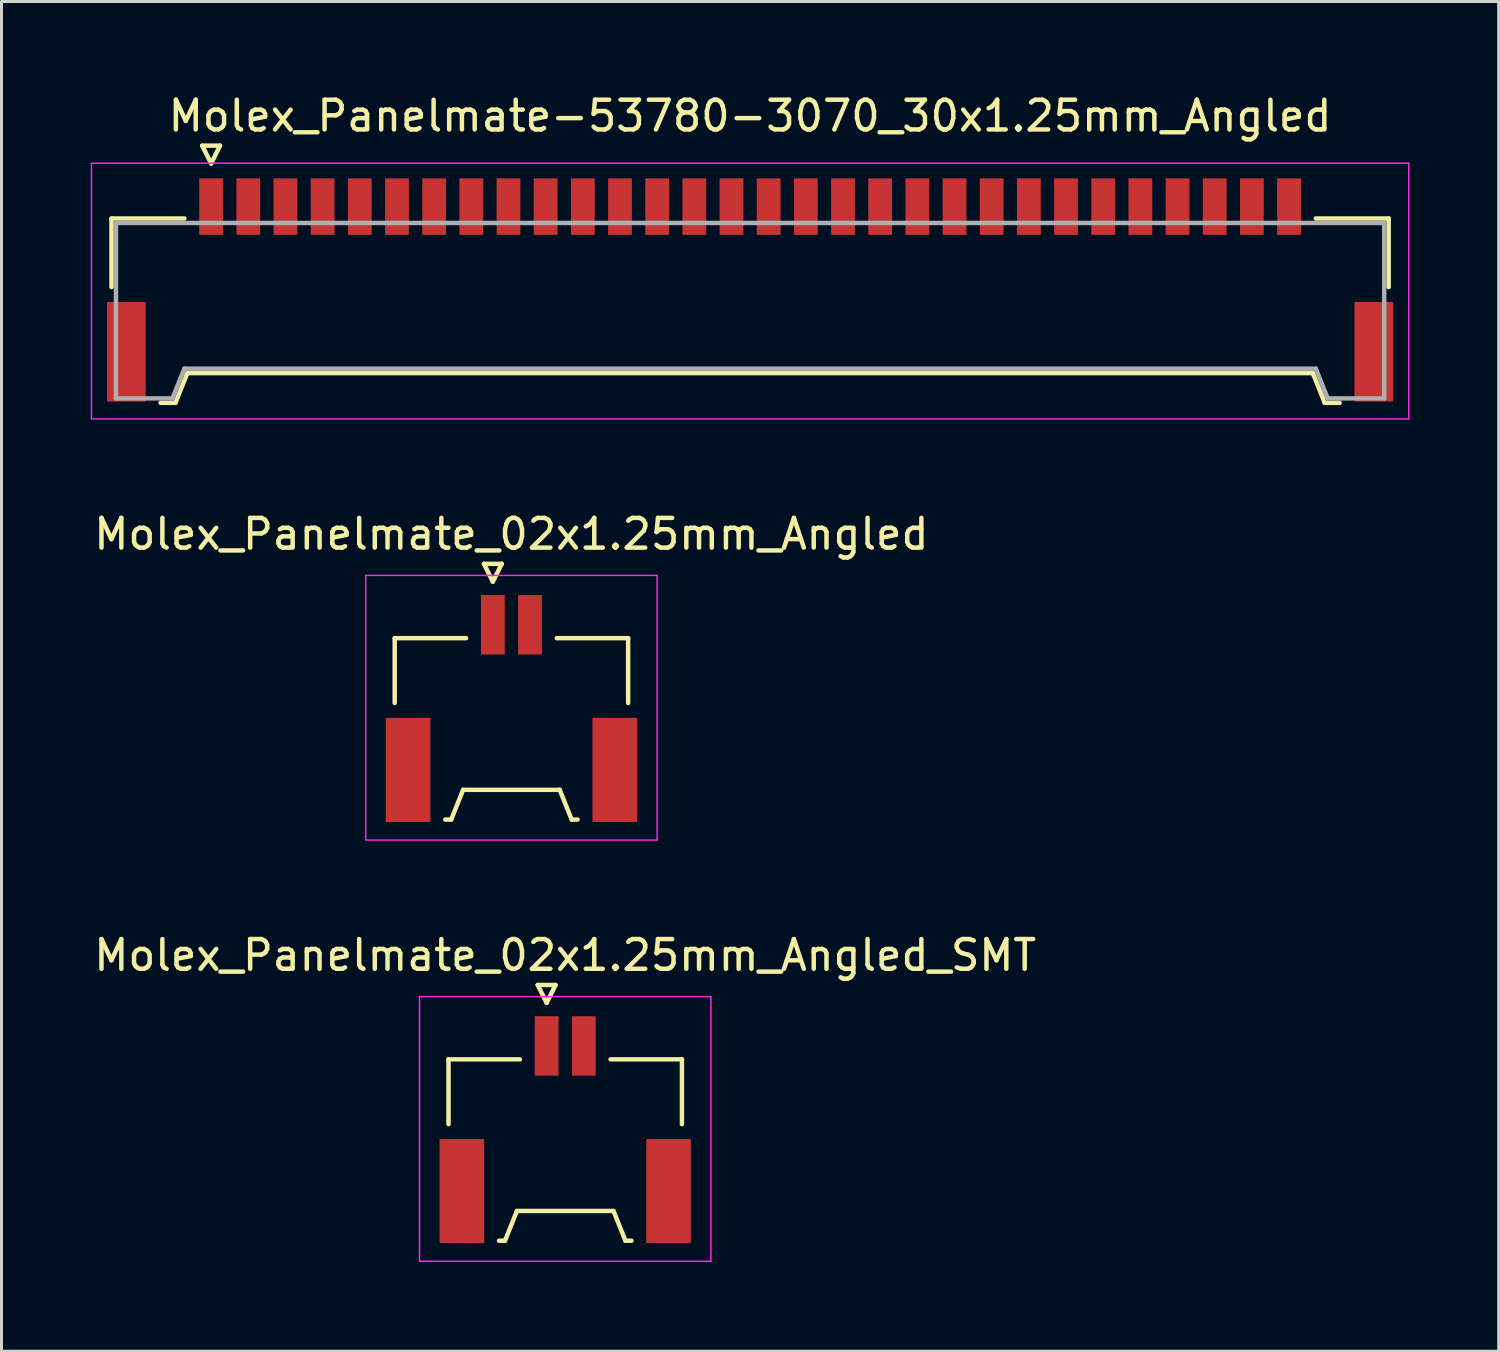
<source format=kicad_pcb>
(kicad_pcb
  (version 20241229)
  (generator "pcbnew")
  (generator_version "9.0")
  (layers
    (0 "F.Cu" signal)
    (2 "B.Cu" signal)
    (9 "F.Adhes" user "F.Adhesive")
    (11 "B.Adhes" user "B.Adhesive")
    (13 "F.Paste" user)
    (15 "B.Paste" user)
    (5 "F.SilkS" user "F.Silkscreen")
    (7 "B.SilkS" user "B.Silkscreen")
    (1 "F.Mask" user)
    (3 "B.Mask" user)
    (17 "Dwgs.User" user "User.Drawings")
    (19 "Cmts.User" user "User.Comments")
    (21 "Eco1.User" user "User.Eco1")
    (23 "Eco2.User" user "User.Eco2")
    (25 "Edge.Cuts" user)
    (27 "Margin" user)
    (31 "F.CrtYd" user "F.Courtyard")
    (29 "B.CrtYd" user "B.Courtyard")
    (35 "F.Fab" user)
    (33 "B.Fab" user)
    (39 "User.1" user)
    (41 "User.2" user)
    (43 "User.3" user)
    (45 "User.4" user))
  (footprint "Molex_Panelmate-53780-3070_30x1.25mm_Angled"
    (layer "F.Cu")
    (at 22.175 6.338)
    (property "Reference" "Molex_Panelmate-53780-3070_30x1.25mm_Angled" (at 0 -5.49 0) (layer "F.SilkS") (effects (font (size 1 1) (thickness 0.15))))
    (attr smd)
    (fp_line (start -21.475 -2.04) (end -21.475 0.265) (stroke (width 0.15) (type solid)) (layer "F.SilkS"))
    (fp_line (start -19.825 4.16) (end -19.325 4.16) (stroke (width 0.15) (type solid)) (layer "F.SilkS"))
    (fp_line (start -19.325 4.16) (end -18.925 3.16) (stroke (width 0.15) (type solid)) (layer "F.SilkS"))
    (fp_line (start -19.025 -2.04) (end -21.475 -2.04) (stroke (width 0.15) (type solid)) (layer "F.SilkS"))
    (fp_line (start -18.925 3.16) (end 18.925 3.16) (stroke (width 0.15) (type solid)) (layer "F.SilkS"))
    (fp_line (start -18.425 -4.49) (end -18.125 -3.89) (stroke (width 0.15) (type solid)) (layer "F.SilkS"))
    (fp_line (start -18.125 -3.89) (end -17.825 -4.49) (stroke (width 0.15) (type solid)) (layer "F.SilkS"))
    (fp_line (start -17.825 -4.49) (end -18.425 -4.49) (stroke (width 0.15) (type solid)) (layer "F.SilkS"))
    (fp_line (start 18.925 3.16) (end 19.325 4.16) (stroke (width 0.15) (type solid)) (layer "F.SilkS"))
    (fp_line (start 19.025 -2.04) (end 21.475 -2.04) (stroke (width 0.15) (type solid)) (layer "F.SilkS"))
    (fp_line (start 19.325 4.16) (end 19.825 4.16) (stroke (width 0.15) (type solid)) (layer "F.SilkS"))
    (fp_line (start 21.475 -2.04) (end 21.475 0.265) (stroke (width 0.15) (type solid)) (layer "F.SilkS"))
    (fp_line (start -22.15 -3.9) (end -22.15 4.7) (stroke (width 0.05) (type solid)) (layer "F.CrtYd"))
    (fp_line (start -22.15 4.7) (end 22.15 4.7) (stroke (width 0.05) (type solid)) (layer "F.CrtYd"))
    (fp_line (start 22.15 -3.9) (end -22.15 -3.9) (stroke (width 0.05) (type solid)) (layer "F.CrtYd"))
    (fp_line (start 22.15 4.7) (end 22.15 -3.9) (stroke (width 0.05) (type solid)) (layer "F.CrtYd"))
    (fp_line (start -21.325 -1.89) (end -21.325 4.01) (stroke (width 0.15) (type solid)) (layer "F.Fab"))
    (fp_line (start -21.325 4.01) (end -19.425 4.01) (stroke (width 0.15) (type solid)) (layer "F.Fab"))
    (fp_line (start -19.425 4.01) (end -19.025 3.01) (stroke (width 0.15) (type solid)) (layer "F.Fab"))
    (fp_line (start -19.025 3.01) (end 19.025 3.01) (stroke (width 0.15) (type solid)) (layer "F.Fab"))
    (fp_line (start 19.025 3.01) (end 19.425 4.01) (stroke (width 0.15) (type solid)) (layer "F.Fab"))
    (fp_line (start 19.425 4.01) (end 21.325 4.01) (stroke (width 0.15) (type solid)) (layer "F.Fab"))
    (fp_line (start 21.325 -1.89) (end -21.325 -1.89) (stroke (width 0.15) (type solid)) (layer "F.Fab"))
    (fp_line (start 21.325 4.01) (end 21.325 -1.89) (stroke (width 0.15) (type solid)) (layer "F.Fab"))
    (pad "" smd rect (at -20.975 2.44) (size 1.3 3.35) (layers "F.Cu" "F.Mask" "F.Paste"))
    (pad "" smd rect (at 20.975 2.44) (size 1.3 3.35) (layers "F.Cu" "F.Mask" "F.Paste"))
    (pad "1" smd rect (at -18.125 -2.44) (size 0.8 1.9) (layers "F.Cu" "F.Mask" "F.Paste"))
    (pad "2" smd rect (at -16.875 -2.44) (size 0.8 1.9) (layers "F.Cu" "F.Mask" "F.Paste"))
    (pad "3" smd rect (at -15.625 -2.44) (size 0.8 1.9) (layers "F.Cu" "F.Mask" "F.Paste"))
    (pad "4" smd rect (at -14.375 -2.44) (size 0.8 1.9) (layers "F.Cu" "F.Mask" "F.Paste"))
    (pad "5" smd rect (at -13.125 -2.44) (size 0.8 1.9) (layers "F.Cu" "F.Mask" "F.Paste"))
    (pad "6" smd rect (at -11.875 -2.44) (size 0.8 1.9) (layers "F.Cu" "F.Mask" "F.Paste"))
    (pad "7" smd rect (at -10.625 -2.44) (size 0.8 1.9) (layers "F.Cu" "F.Mask" "F.Paste"))
    (pad "8" smd rect (at -9.375 -2.44) (size 0.8 1.9) (layers "F.Cu" "F.Mask" "F.Paste"))
    (pad "9" smd rect (at -8.125 -2.44) (size 0.8 1.9) (layers "F.Cu" "F.Mask" "F.Paste"))
    (pad "10" smd rect (at -6.875 -2.44) (size 0.8 1.9) (layers "F.Cu" "F.Mask" "F.Paste"))
    (pad "11" smd rect (at -5.625 -2.44) (size 0.8 1.9) (layers "F.Cu" "F.Mask" "F.Paste"))
    (pad "12" smd rect (at -4.375 -2.44) (size 0.8 1.9) (layers "F.Cu" "F.Mask" "F.Paste"))
    (pad "13" smd rect (at -3.125 -2.44) (size 0.8 1.9) (layers "F.Cu" "F.Mask" "F.Paste"))
    (pad "14" smd rect (at -1.875 -2.44) (size 0.8 1.9) (layers "F.Cu" "F.Mask" "F.Paste"))
    (pad "15" smd rect (at -0.625 -2.44) (size 0.8 1.9) (layers "F.Cu" "F.Mask" "F.Paste"))
    (pad "16" smd rect (at 0.625 -2.44) (size 0.8 1.9) (layers "F.Cu" "F.Mask" "F.Paste"))
    (pad "17" smd rect (at 1.875 -2.44) (size 0.8 1.9) (layers "F.Cu" "F.Mask" "F.Paste"))
    (pad "18" smd rect (at 3.125 -2.44) (size 0.8 1.9) (layers "F.Cu" "F.Mask" "F.Paste"))
    (pad "19" smd rect (at 4.375 -2.44) (size 0.8 1.9) (layers "F.Cu" "F.Mask" "F.Paste"))
    (pad "20" smd rect (at 5.625 -2.44) (size 0.8 1.9) (layers "F.Cu" "F.Mask" "F.Paste"))
    (pad "21" smd rect (at 6.875 -2.44) (size 0.8 1.9) (layers "F.Cu" "F.Mask" "F.Paste"))
    (pad "22" smd rect (at 8.125 -2.44) (size 0.8 1.9) (layers "F.Cu" "F.Mask" "F.Paste"))
    (pad "23" smd rect (at 9.375 -2.44) (size 0.8 1.9) (layers "F.Cu" "F.Mask" "F.Paste"))
    (pad "24" smd rect (at 10.625 -2.44) (size 0.8 1.9) (layers "F.Cu" "F.Mask" "F.Paste"))
    (pad "25" smd rect (at 11.875 -2.44) (size 0.8 1.9) (layers "F.Cu" "F.Mask" "F.Paste"))
    (pad "26" smd rect (at 13.125 -2.44) (size 0.8 1.9) (layers "F.Cu" "F.Mask" "F.Paste"))
    (pad "27" smd rect (at 14.375 -2.44) (size 0.8 1.9) (layers "F.Cu" "F.Mask" "F.Paste"))
    (pad "28" smd rect (at 15.625 -2.44) (size 0.8 1.9) (layers "F.Cu" "F.Mask" "F.Paste"))
    (pad "29" smd rect (at 16.875 -2.44) (size 0.8 1.9) (layers "F.Cu" "F.Mask" "F.Paste"))
    (pad "30" smd rect (at 18.125 -2.44) (size 0.8 1.9) (layers "F.Cu" "F.Mask" "F.Paste")))
  (footprint "Molex_Panelmate_02x1.25mm_Angled_SMT"
    (layer "F.Cu")
    (at 15.958 34.565)
    (property "Reference" "Molex_Panelmate_02x1.25mm_Angled_SMT" (at 0 -5.49 0) (layer "F.SilkS") (effects (font (size 1 1) (thickness 0.15))))
    (attr smd)
    (fp_line (start -3.925 -1.99) (end -3.925 0.19) (stroke (width 0.15) (type solid)) (layer "F.SilkS"))
    (fp_line (start -2.225 4.11) (end -2.025 4.11) (stroke (width 0.15) (type solid)) (layer "F.SilkS"))
    (fp_line (start -2.025 4.11) (end -1.625 3.11) (stroke (width 0.15) (type solid)) (layer "F.SilkS"))
    (fp_line (start -1.625 3.11) (end 1.625 3.11) (stroke (width 0.15) (type solid)) (layer "F.SilkS"))
    (fp_line (start -1.525 -1.99) (end -3.925 -1.99) (stroke (width 0.15) (type solid)) (layer "F.SilkS"))
    (fp_line (start -0.925 -4.49) (end -0.625 -3.89) (stroke (width 0.15) (type solid)) (layer "F.SilkS"))
    (fp_line (start -0.625 -3.89) (end -0.325 -4.49) (stroke (width 0.15) (type solid)) (layer "F.SilkS"))
    (fp_line (start -0.325 -4.49) (end -0.925 -4.49) (stroke (width 0.15) (type solid)) (layer "F.SilkS"))
    (fp_line (start 1.525 -1.99) (end 3.925 -1.99) (stroke (width 0.15) (type solid)) (layer "F.SilkS"))
    (fp_line (start 1.625 3.11) (end 2.025 4.11) (stroke (width 0.15) (type solid)) (layer "F.SilkS"))
    (fp_line (start 2.025 4.11) (end 2.225 4.11) (stroke (width 0.15) (type solid)) (layer "F.SilkS"))
    (fp_line (start 3.925 -1.99) (end 3.925 0.19) (stroke (width 0.15) (type solid)) (layer "F.SilkS"))
    (fp_line (start -4.9 -4.1) (end -4.9 4.8) (stroke (width 0.05) (type solid)) (layer "F.CrtYd"))
    (fp_line (start -4.9 4.8) (end 4.9 4.8) (stroke (width 0.05) (type solid)) (layer "F.CrtYd"))
    (fp_line (start 4.9 -4.1) (end -4.9 -4.1) (stroke (width 0.05) (type solid)) (layer "F.CrtYd"))
    (fp_line (start 4.9 4.8) (end 4.9 -4.1) (stroke (width 0.05) (type solid)) (layer "F.CrtYd"))
    (pad "" smd rect (at -3.475 2.44) (size 1.5 3.5) (layers "F.Cu" "F.Mask" "F.Paste"))
    (pad "" smd rect (at 3.475 2.44) (size 1.5 3.5) (layers "F.Cu" "F.Mask" "F.Paste"))
    (pad "1" smd rect (at -0.625 -2.44) (size 0.8 2) (layers "F.Cu" "F.Mask" "F.Paste"))
    (pad "2" smd rect (at 0.625 -2.44) (size 0.8 2) (layers "F.Cu" "F.Mask" "F.Paste")))
  (footprint "Molex_Panelmate_02x1.25mm_Angled"
    (layer "F.Cu")
    (at 14.149 20.401)
    (property "Reference" "Molex_Panelmate_02x1.25mm_Angled" (at 0 -5.49 0) (layer "F.SilkS") (effects (font (size 1 1) (thickness 0.15))))
    (attr smd)
    (fp_line (start -3.925 -1.99) (end -3.925 0.19) (stroke (width 0.15) (type solid)) (layer "F.SilkS"))
    (fp_line (start -2.225 4.11) (end -2.025 4.11) (stroke (width 0.15) (type solid)) (layer "F.SilkS"))
    (fp_line (start -2.025 4.11) (end -1.625 3.11) (stroke (width 0.15) (type solid)) (layer "F.SilkS"))
    (fp_line (start -1.625 3.11) (end 1.625 3.11) (stroke (width 0.15) (type solid)) (layer "F.SilkS"))
    (fp_line (start -1.525 -1.99) (end -3.925 -1.99) (stroke (width 0.15) (type solid)) (layer "F.SilkS"))
    (fp_line (start -0.925 -4.49) (end -0.625 -3.89) (stroke (width 0.15) (type solid)) (layer "F.SilkS"))
    (fp_line (start -0.625 -3.89) (end -0.325 -4.49) (stroke (width 0.15) (type solid)) (layer "F.SilkS"))
    (fp_line (start -0.325 -4.49) (end -0.925 -4.49) (stroke (width 0.15) (type solid)) (layer "F.SilkS"))
    (fp_line (start 1.525 -1.99) (end 3.925 -1.99) (stroke (width 0.15) (type solid)) (layer "F.SilkS"))
    (fp_line (start 1.625 3.11) (end 2.025 4.11) (stroke (width 0.15) (type solid)) (layer "F.SilkS"))
    (fp_line (start 2.025 4.11) (end 2.225 4.11) (stroke (width 0.15) (type solid)) (layer "F.SilkS"))
    (fp_line (start 3.925 -1.99) (end 3.925 0.19) (stroke (width 0.15) (type solid)) (layer "F.SilkS"))
    (fp_line (start -4.9 -4.1) (end -4.9 4.8) (stroke (width 0.05) (type solid)) (layer "F.CrtYd"))
    (fp_line (start -4.9 4.8) (end 4.9 4.8) (stroke (width 0.05) (type solid)) (layer "F.CrtYd"))
    (fp_line (start 4.9 -4.1) (end -4.9 -4.1) (stroke (width 0.05) (type solid)) (layer "F.CrtYd"))
    (fp_line (start 4.9 4.8) (end 4.9 -4.1) (stroke (width 0.05) (type solid)) (layer "F.CrtYd"))
    (pad "" smd rect (at -3.475 2.44) (size 1.5 3.5) (layers "F.Cu" "F.Mask" "F.Paste"))
    (pad "" smd rect (at 3.475 2.44) (size 1.5 3.5) (layers "F.Cu" "F.Mask" "F.Paste"))
    (pad "1" smd rect (at -0.625 -2.44) (size 0.8 2) (layers "F.Cu" "F.Mask" "F.Paste"))
    (pad "2" smd rect (at 0.625 -2.44) (size 0.8 2) (layers "F.Cu" "F.Mask" "F.Paste")))
  (gr_rect
    (start -3 -3)
    (end 47.35 42.39)
    (stroke (width 0.1) (type default))
    (fill no)
    (layer "Edge.Cuts")))
</source>
